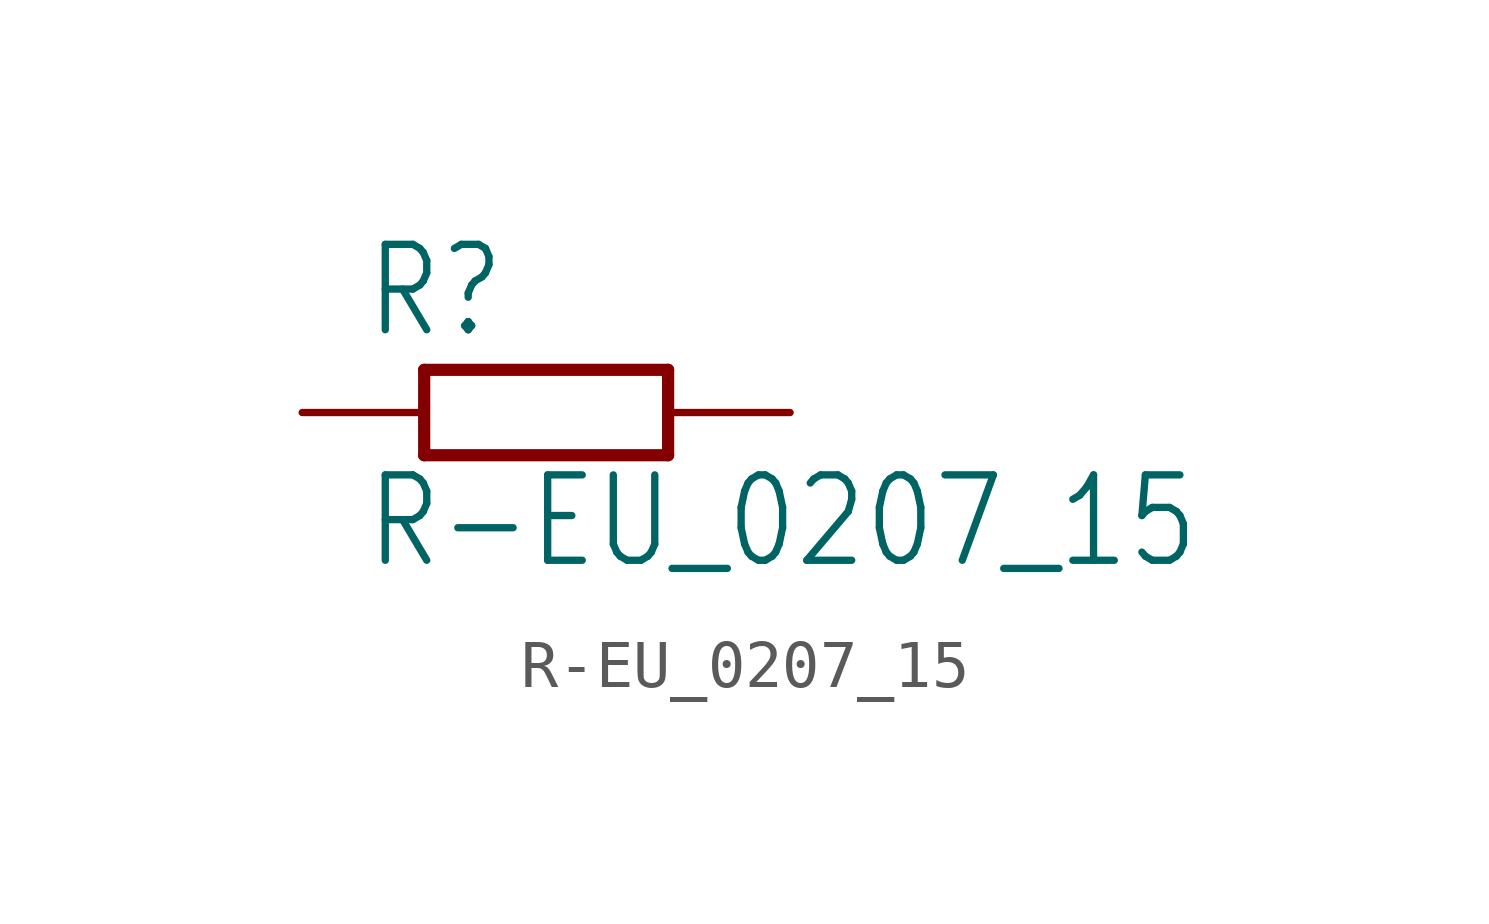
<source format=kicad_sym>
(kicad_symbol_lib
  (version 20201005)
  (generator kicad_symbol_editor)
  (symbol "R-EU_0207_15"
    (property "Reference" "R"
      (at -3.81 1.499 0)
      (effects (font (size 1.778 1.511)) (justify left bottom)))
    (property "Value" "R-EU_0207_15"
      (at -3.81 -3.302 0)
      (effects (font (size 1.778 1.511)) (justify left bottom)))
    (property "ki_locked" ""
      (at 0 0 0)
      (effects (font (size 1.27 1.27))))
    (symbol "R-EU_0207_15_1_0"
      (polyline (pts (xy -2.54 -0.889) (xy 2.54 -0.889)) (stroke (width 0.254)) (fill (type none)))
      (polyline (pts (xy 2.54 0.889) (xy -2.54 0.889)) (stroke (width 0.254)) (fill (type none)))
      (polyline (pts (xy 2.54 -0.889) (xy 2.54 0.889)) (stroke (width 0.254)) (fill (type none)))
      (polyline (pts (xy -2.54 -0.889) (xy -2.54 0.889)) (stroke (width 0.254)) (fill (type none)))
      (pin passive line (at 5.08 0 180) (length 2.54) (name "2" (effects (font (size 0 0)))) (number "2" (effects (font (size 0 0)))))
      (pin passive line (at -5.08 0 0) (length 2.54) (name "1" (effects (font (size 0 0)))) (number "1" (effects (font (size 0 0))))))))
</source>
